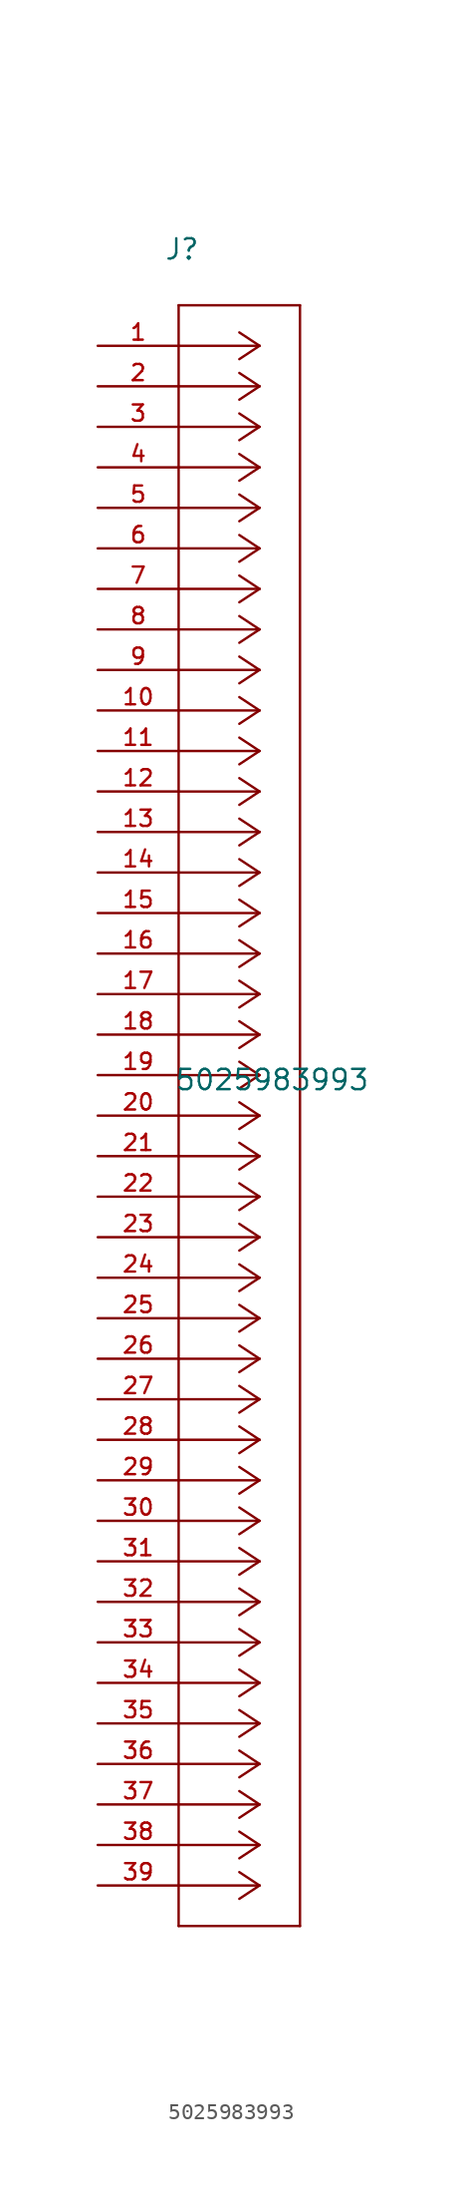
<source format=kicad_sym>
(kicad_symbol_lib
  (version 20241209)
  (generator "kicad_symbol_editor")
  (generator_version "9.0")
  (symbol "5025983993"
    (pin_names
      (offset 1.016))
    (property "Reference" "J"
      (at 4.166 5.309 0)
      (effects (font (size 1.27 1.27)) (justify left bottom)))
    (property "Value" "5025983993"
      (at 4.801 -46.761 0)
      (effects (font (size 1.27 1.27)) (justify left bottom)))
    (symbol "5025983993_0_0"
      (polyline (pts (xy 5.08 2.54) (xy 5.08 -99.06)) (stroke (width 0.152) (type default)) (fill (type none)))
      (polyline (pts (xy 5.08 -99.06) (xy 12.7 -99.06)) (stroke (width 0.152) (type default)) (fill (type none)))
      (polyline (pts (xy 10.16 0) (xy 5.08 0)) (stroke (width 0.152) (type default)) (fill (type none)))
      (polyline (pts (xy 10.16 0) (xy 8.89 0.838)) (stroke (width 0.152) (type default)) (fill (type none)))
      (polyline (pts (xy 10.16 0) (xy 8.89 -0.838)) (stroke (width 0.152) (type default)) (fill (type none)))
      (polyline (pts (xy 10.16 -2.54) (xy 5.08 -2.54)) (stroke (width 0.152) (type default)) (fill (type none)))
      (polyline (pts (xy 10.16 -2.54) (xy 8.89 -1.702)) (stroke (width 0.152) (type default)) (fill (type none)))
      (polyline (pts (xy 10.16 -2.54) (xy 8.89 -3.378)) (stroke (width 0.152) (type default)) (fill (type none)))
      (polyline (pts (xy 10.16 -5.08) (xy 5.08 -5.08)) (stroke (width 0.152) (type default)) (fill (type none)))
      (polyline (pts (xy 10.16 -5.08) (xy 8.89 -4.242)) (stroke (width 0.152) (type default)) (fill (type none)))
      (polyline (pts (xy 10.16 -5.08) (xy 8.89 -5.918)) (stroke (width 0.152) (type default)) (fill (type none)))
      (polyline (pts (xy 10.16 -7.62) (xy 5.08 -7.62)) (stroke (width 0.152) (type default)) (fill (type none)))
      (polyline (pts (xy 10.16 -7.62) (xy 8.89 -6.782)) (stroke (width 0.152) (type default)) (fill (type none)))
      (polyline (pts (xy 10.16 -7.62) (xy 8.89 -8.458)) (stroke (width 0.152) (type default)) (fill (type none)))
      (polyline (pts (xy 10.16 -10.16) (xy 5.08 -10.16)) (stroke (width 0.152) (type default)) (fill (type none)))
      (polyline (pts (xy 10.16 -10.16) (xy 8.89 -9.322)) (stroke (width 0.152) (type default)) (fill (type none)))
      (polyline (pts (xy 10.16 -10.16) (xy 8.89 -10.998)) (stroke (width 0.152) (type default)) (fill (type none)))
      (polyline (pts (xy 10.16 -12.7) (xy 5.08 -12.7)) (stroke (width 0.152) (type default)) (fill (type none)))
      (polyline (pts (xy 10.16 -12.7) (xy 8.89 -11.862)) (stroke (width 0.152) (type default)) (fill (type none)))
      (polyline (pts (xy 10.16 -12.7) (xy 8.89 -13.538)) (stroke (width 0.152) (type default)) (fill (type none)))
      (polyline (pts (xy 10.16 -15.24) (xy 5.08 -15.24)) (stroke (width 0.152) (type default)) (fill (type none)))
      (polyline (pts (xy 10.16 -15.24) (xy 8.89 -14.402)) (stroke (width 0.152) (type default)) (fill (type none)))
      (polyline (pts (xy 10.16 -15.24) (xy 8.89 -16.078)) (stroke (width 0.152) (type default)) (fill (type none)))
      (polyline (pts (xy 10.16 -17.78) (xy 5.08 -17.78)) (stroke (width 0.152) (type default)) (fill (type none)))
      (polyline (pts (xy 10.16 -17.78) (xy 8.89 -16.942)) (stroke (width 0.152) (type default)) (fill (type none)))
      (polyline (pts (xy 10.16 -17.78) (xy 8.89 -18.618)) (stroke (width 0.152) (type default)) (fill (type none)))
      (polyline (pts (xy 10.16 -20.32) (xy 5.08 -20.32)) (stroke (width 0.152) (type default)) (fill (type none)))
      (polyline (pts (xy 10.16 -20.32) (xy 8.89 -19.482)) (stroke (width 0.152) (type default)) (fill (type none)))
      (polyline (pts (xy 10.16 -20.32) (xy 8.89 -21.158)) (stroke (width 0.152) (type default)) (fill (type none)))
      (polyline (pts (xy 10.16 -22.86) (xy 5.08 -22.86)) (stroke (width 0.152) (type default)) (fill (type none)))
      (polyline (pts (xy 10.16 -22.86) (xy 8.89 -22.022)) (stroke (width 0.152) (type default)) (fill (type none)))
      (polyline (pts (xy 10.16 -22.86) (xy 8.89 -23.698)) (stroke (width 0.152) (type default)) (fill (type none)))
      (polyline (pts (xy 10.16 -25.4) (xy 5.08 -25.4)) (stroke (width 0.152) (type default)) (fill (type none)))
      (polyline (pts (xy 10.16 -25.4) (xy 8.89 -24.562)) (stroke (width 0.152) (type default)) (fill (type none)))
      (polyline (pts (xy 10.16 -25.4) (xy 8.89 -26.238)) (stroke (width 0.152) (type default)) (fill (type none)))
      (polyline (pts (xy 10.16 -27.94) (xy 5.08 -27.94)) (stroke (width 0.152) (type default)) (fill (type none)))
      (polyline (pts (xy 10.16 -27.94) (xy 8.89 -27.102)) (stroke (width 0.152) (type default)) (fill (type none)))
      (polyline (pts (xy 10.16 -27.94) (xy 8.89 -28.778)) (stroke (width 0.152) (type default)) (fill (type none)))
      (polyline (pts (xy 10.16 -30.48) (xy 5.08 -30.48)) (stroke (width 0.152) (type default)) (fill (type none)))
      (polyline (pts (xy 10.16 -30.48) (xy 8.89 -29.642)) (stroke (width 0.152) (type default)) (fill (type none)))
      (polyline (pts (xy 10.16 -30.48) (xy 8.89 -31.318)) (stroke (width 0.152) (type default)) (fill (type none)))
      (polyline (pts (xy 10.16 -33.02) (xy 5.08 -33.02)) (stroke (width 0.152) (type default)) (fill (type none)))
      (polyline (pts (xy 10.16 -33.02) (xy 8.89 -32.182)) (stroke (width 0.152) (type default)) (fill (type none)))
      (polyline (pts (xy 10.16 -33.02) (xy 8.89 -33.858)) (stroke (width 0.152) (type default)) (fill (type none)))
      (polyline (pts (xy 10.16 -35.56) (xy 5.08 -35.56)) (stroke (width 0.152) (type default)) (fill (type none)))
      (polyline (pts (xy 10.16 -35.56) (xy 8.89 -34.722)) (stroke (width 0.152) (type default)) (fill (type none)))
      (polyline (pts (xy 10.16 -35.56) (xy 8.89 -36.398)) (stroke (width 0.152) (type default)) (fill (type none)))
      (polyline (pts (xy 10.16 -38.1) (xy 5.08 -38.1)) (stroke (width 0.152) (type default)) (fill (type none)))
      (polyline (pts (xy 10.16 -38.1) (xy 8.89 -37.262)) (stroke (width 0.152) (type default)) (fill (type none)))
      (polyline (pts (xy 10.16 -38.1) (xy 8.89 -38.938)) (stroke (width 0.152) (type default)) (fill (type none)))
      (polyline (pts (xy 10.16 -40.64) (xy 5.08 -40.64)) (stroke (width 0.152) (type default)) (fill (type none)))
      (polyline (pts (xy 10.16 -40.64) (xy 8.89 -39.802)) (stroke (width 0.152) (type default)) (fill (type none)))
      (polyline (pts (xy 10.16 -40.64) (xy 8.89 -41.478)) (stroke (width 0.152) (type default)) (fill (type none)))
      (polyline (pts (xy 10.16 -43.18) (xy 5.08 -43.18)) (stroke (width 0.152) (type default)) (fill (type none)))
      (polyline (pts (xy 10.16 -43.18) (xy 8.89 -42.342)) (stroke (width 0.152) (type default)) (fill (type none)))
      (polyline (pts (xy 10.16 -43.18) (xy 8.89 -44.018)) (stroke (width 0.152) (type default)) (fill (type none)))
      (polyline (pts (xy 10.16 -45.72) (xy 5.08 -45.72)) (stroke (width 0.152) (type default)) (fill (type none)))
      (polyline (pts (xy 10.16 -45.72) (xy 8.89 -44.882)) (stroke (width 0.152) (type default)) (fill (type none)))
      (polyline (pts (xy 10.16 -45.72) (xy 8.89 -46.558)) (stroke (width 0.152) (type default)) (fill (type none)))
      (polyline (pts (xy 10.16 -48.26) (xy 5.08 -48.26)) (stroke (width 0.152) (type default)) (fill (type none)))
      (polyline (pts (xy 10.16 -48.26) (xy 8.89 -47.422)) (stroke (width 0.152) (type default)) (fill (type none)))
      (polyline (pts (xy 10.16 -48.26) (xy 8.89 -49.098)) (stroke (width 0.152) (type default)) (fill (type none)))
      (polyline (pts (xy 10.16 -50.8) (xy 5.08 -50.8)) (stroke (width 0.152) (type default)) (fill (type none)))
      (polyline (pts (xy 10.16 -50.8) (xy 8.89 -49.962)) (stroke (width 0.152) (type default)) (fill (type none)))
      (polyline (pts (xy 10.16 -50.8) (xy 8.89 -51.638)) (stroke (width 0.152) (type default)) (fill (type none)))
      (polyline (pts (xy 10.16 -53.34) (xy 5.08 -53.34)) (stroke (width 0.152) (type default)) (fill (type none)))
      (polyline (pts (xy 10.16 -53.34) (xy 8.89 -52.502)) (stroke (width 0.152) (type default)) (fill (type none)))
      (polyline (pts (xy 10.16 -53.34) (xy 8.89 -54.178)) (stroke (width 0.152) (type default)) (fill (type none)))
      (polyline (pts (xy 10.16 -55.88) (xy 5.08 -55.88)) (stroke (width 0.152) (type default)) (fill (type none)))
      (polyline (pts (xy 10.16 -55.88) (xy 8.89 -55.042)) (stroke (width 0.152) (type default)) (fill (type none)))
      (polyline (pts (xy 10.16 -55.88) (xy 8.89 -56.718)) (stroke (width 0.152) (type default)) (fill (type none)))
      (polyline (pts (xy 10.16 -58.42) (xy 5.08 -58.42)) (stroke (width 0.152) (type default)) (fill (type none)))
      (polyline (pts (xy 10.16 -58.42) (xy 8.89 -57.582)) (stroke (width 0.152) (type default)) (fill (type none)))
      (polyline (pts (xy 10.16 -58.42) (xy 8.89 -59.258)) (stroke (width 0.152) (type default)) (fill (type none)))
      (polyline (pts (xy 10.16 -60.96) (xy 5.08 -60.96)) (stroke (width 0.152) (type default)) (fill (type none)))
      (polyline (pts (xy 10.16 -60.96) (xy 8.89 -60.122)) (stroke (width 0.152) (type default)) (fill (type none)))
      (polyline (pts (xy 10.16 -60.96) (xy 8.89 -61.798)) (stroke (width 0.152) (type default)) (fill (type none)))
      (polyline (pts (xy 10.16 -63.5) (xy 5.08 -63.5)) (stroke (width 0.152) (type default)) (fill (type none)))
      (polyline (pts (xy 10.16 -63.5) (xy 8.89 -62.662)) (stroke (width 0.152) (type default)) (fill (type none)))
      (polyline (pts (xy 10.16 -63.5) (xy 8.89 -64.338)) (stroke (width 0.152) (type default)) (fill (type none)))
      (polyline (pts (xy 10.16 -66.04) (xy 5.08 -66.04)) (stroke (width 0.152) (type default)) (fill (type none)))
      (polyline (pts (xy 10.16 -66.04) (xy 8.89 -65.202)) (stroke (width 0.152) (type default)) (fill (type none)))
      (polyline (pts (xy 10.16 -66.04) (xy 8.89 -66.878)) (stroke (width 0.152) (type default)) (fill (type none)))
      (polyline (pts (xy 10.16 -68.58) (xy 5.08 -68.58)) (stroke (width 0.152) (type default)) (fill (type none)))
      (polyline (pts (xy 10.16 -68.58) (xy 8.89 -67.742)) (stroke (width 0.152) (type default)) (fill (type none)))
      (polyline (pts (xy 10.16 -68.58) (xy 8.89 -69.418)) (stroke (width 0.152) (type default)) (fill (type none)))
      (polyline (pts (xy 10.16 -71.12) (xy 5.08 -71.12)) (stroke (width 0.152) (type default)) (fill (type none)))
      (polyline (pts (xy 10.16 -71.12) (xy 8.89 -70.282)) (stroke (width 0.152) (type default)) (fill (type none)))
      (polyline (pts (xy 10.16 -71.12) (xy 8.89 -71.958)) (stroke (width 0.152) (type default)) (fill (type none)))
      (polyline (pts (xy 10.16 -73.66) (xy 5.08 -73.66)) (stroke (width 0.152) (type default)) (fill (type none)))
      (polyline (pts (xy 10.16 -73.66) (xy 8.89 -72.822)) (stroke (width 0.152) (type default)) (fill (type none)))
      (polyline (pts (xy 10.16 -73.66) (xy 8.89 -74.498)) (stroke (width 0.152) (type default)) (fill (type none)))
      (polyline (pts (xy 10.16 -76.2) (xy 5.08 -76.2)) (stroke (width 0.152) (type default)) (fill (type none)))
      (polyline (pts (xy 10.16 -76.2) (xy 8.89 -75.362)) (stroke (width 0.152) (type default)) (fill (type none)))
      (polyline (pts (xy 10.16 -76.2) (xy 8.89 -77.038)) (stroke (width 0.152) (type default)) (fill (type none)))
      (polyline (pts (xy 10.16 -78.74) (xy 5.08 -78.74)) (stroke (width 0.152) (type default)) (fill (type none)))
      (polyline (pts (xy 10.16 -78.74) (xy 8.89 -77.902)) (stroke (width 0.152) (type default)) (fill (type none)))
      (polyline (pts (xy 10.16 -78.74) (xy 8.89 -79.578)) (stroke (width 0.152) (type default)) (fill (type none)))
      (polyline (pts (xy 10.16 -81.28) (xy 5.08 -81.28)) (stroke (width 0.152) (type default)) (fill (type none)))
      (polyline (pts (xy 10.16 -81.28) (xy 8.89 -80.442)) (stroke (width 0.152) (type default)) (fill (type none)))
      (polyline (pts (xy 10.16 -81.28) (xy 8.89 -82.118)) (stroke (width 0.152) (type default)) (fill (type none)))
      (polyline (pts (xy 10.16 -83.82) (xy 5.08 -83.82)) (stroke (width 0.152) (type default)) (fill (type none)))
      (polyline (pts (xy 10.16 -83.82) (xy 8.89 -82.982)) (stroke (width 0.152) (type default)) (fill (type none)))
      (polyline (pts (xy 10.16 -83.82) (xy 8.89 -84.658)) (stroke (width 0.152) (type default)) (fill (type none)))
      (polyline (pts (xy 10.16 -86.36) (xy 5.08 -86.36)) (stroke (width 0.152) (type default)) (fill (type none)))
      (polyline (pts (xy 10.16 -86.36) (xy 8.89 -85.522)) (stroke (width 0.152) (type default)) (fill (type none)))
      (polyline (pts (xy 10.16 -86.36) (xy 8.89 -87.198)) (stroke (width 0.152) (type default)) (fill (type none)))
      (polyline (pts (xy 10.16 -88.9) (xy 5.08 -88.9)) (stroke (width 0.152) (type default)) (fill (type none)))
      (polyline (pts (xy 10.16 -88.9) (xy 8.89 -88.062)) (stroke (width 0.152) (type default)) (fill (type none)))
      (polyline (pts (xy 10.16 -88.9) (xy 8.89 -89.738)) (stroke (width 0.152) (type default)) (fill (type none)))
      (polyline (pts (xy 10.16 -91.44) (xy 5.08 -91.44)) (stroke (width 0.152) (type default)) (fill (type none)))
      (polyline (pts (xy 10.16 -91.44) (xy 8.89 -90.602)) (stroke (width 0.152) (type default)) (fill (type none)))
      (polyline (pts (xy 10.16 -91.44) (xy 8.89 -92.278)) (stroke (width 0.152) (type default)) (fill (type none)))
      (polyline (pts (xy 10.16 -93.98) (xy 5.08 -93.98)) (stroke (width 0.152) (type default)) (fill (type none)))
      (polyline (pts (xy 10.16 -93.98) (xy 8.89 -93.142)) (stroke (width 0.152) (type default)) (fill (type none)))
      (polyline (pts (xy 10.16 -93.98) (xy 8.89 -94.818)) (stroke (width 0.152) (type default)) (fill (type none)))
      (polyline (pts (xy 10.16 -96.52) (xy 5.08 -96.52)) (stroke (width 0.152) (type default)) (fill (type none)))
      (polyline (pts (xy 10.16 -96.52) (xy 8.89 -95.682)) (stroke (width 0.152) (type default)) (fill (type none)))
      (polyline (pts (xy 10.16 -96.52) (xy 8.89 -97.358)) (stroke (width 0.152) (type default)) (fill (type none)))
      (polyline (pts (xy 12.7 2.54) (xy 5.08 2.54)) (stroke (width 0.152) (type default)) (fill (type none)))
      (polyline (pts (xy 12.7 -99.06) (xy 12.7 2.54)) (stroke (width 0.152) (type default)) (fill (type none)))
      (pin passive line (at 0 0 0) (length 5.08) (name "~" (effects (font (size 1.016 1.016)))) (number "1" (effects (font (size 1.016 1.016)))))
      (pin passive line (at 0 -2.54 0) (length 5.08) (name "~" (effects (font (size 1.016 1.016)))) (number "2" (effects (font (size 1.016 1.016)))))
      (pin passive line (at 0 -5.08 0) (length 5.08) (name "~" (effects (font (size 1.016 1.016)))) (number "3" (effects (font (size 1.016 1.016)))))
      (pin passive line (at 0 -7.62 0) (length 5.08) (name "~" (effects (font (size 1.016 1.016)))) (number "4" (effects (font (size 1.016 1.016)))))
      (pin passive line (at 0 -10.16 0) (length 5.08) (name "~" (effects (font (size 1.016 1.016)))) (number "5" (effects (font (size 1.016 1.016)))))
      (pin passive line (at 0 -12.7 0) (length 5.08) (name "~" (effects (font (size 1.016 1.016)))) (number "6" (effects (font (size 1.016 1.016)))))
      (pin passive line (at 0 -15.24 0) (length 5.08) (name "~" (effects (font (size 1.016 1.016)))) (number "7" (effects (font (size 1.016 1.016)))))
      (pin passive line (at 0 -17.78 0) (length 5.08) (name "~" (effects (font (size 1.016 1.016)))) (number "8" (effects (font (size 1.016 1.016)))))
      (pin passive line (at 0 -20.32 0) (length 5.08) (name "~" (effects (font (size 1.016 1.016)))) (number "9" (effects (font (size 1.016 1.016)))))
      (pin passive line (at 0 -22.86 0) (length 5.08) (name "~" (effects (font (size 1.016 1.016)))) (number "10" (effects (font (size 1.016 1.016)))))
      (pin passive line (at 0 -25.4 0) (length 5.08) (name "~" (effects (font (size 1.016 1.016)))) (number "11" (effects (font (size 1.016 1.016)))))
      (pin passive line (at 0 -27.94 0) (length 5.08) (name "~" (effects (font (size 1.016 1.016)))) (number "12" (effects (font (size 1.016 1.016)))))
      (pin passive line (at 0 -30.48 0) (length 5.08) (name "~" (effects (font (size 1.016 1.016)))) (number "13" (effects (font (size 1.016 1.016)))))
      (pin passive line (at 0 -33.02 0) (length 5.08) (name "~" (effects (font (size 1.016 1.016)))) (number "14" (effects (font (size 1.016 1.016)))))
      (pin passive line (at 0 -35.56 0) (length 5.08) (name "~" (effects (font (size 1.016 1.016)))) (number "15" (effects (font (size 1.016 1.016)))))
      (pin passive line (at 0 -38.1 0) (length 5.08) (name "~" (effects (font (size 1.016 1.016)))) (number "16" (effects (font (size 1.016 1.016)))))
      (pin passive line (at 0 -40.64 0) (length 5.08) (name "~" (effects (font (size 1.016 1.016)))) (number "17" (effects (font (size 1.016 1.016)))))
      (pin passive line (at 0 -43.18 0) (length 5.08) (name "~" (effects (font (size 1.016 1.016)))) (number "18" (effects (font (size 1.016 1.016)))))
      (pin passive line (at 0 -45.72 0) (length 5.08) (name "~" (effects (font (size 1.016 1.016)))) (number "19" (effects (font (size 1.016 1.016)))))
      (pin passive line (at 0 -48.26 0) (length 5.08) (name "~" (effects (font (size 1.016 1.016)))) (number "20" (effects (font (size 1.016 1.016)))))
      (pin passive line (at 0 -50.8 0) (length 5.08) (name "~" (effects (font (size 1.016 1.016)))) (number "21" (effects (font (size 1.016 1.016)))))
      (pin passive line (at 0 -53.34 0) (length 5.08) (name "~" (effects (font (size 1.016 1.016)))) (number "22" (effects (font (size 1.016 1.016)))))
      (pin passive line (at 0 -55.88 0) (length 5.08) (name "~" (effects (font (size 1.016 1.016)))) (number "23" (effects (font (size 1.016 1.016)))))
      (pin passive line (at 0 -58.42 0) (length 5.08) (name "~" (effects (font (size 1.016 1.016)))) (number "24" (effects (font (size 1.016 1.016)))))
      (pin passive line (at 0 -60.96 0) (length 5.08) (name "~" (effects (font (size 1.016 1.016)))) (number "25" (effects (font (size 1.016 1.016)))))
      (pin passive line (at 0 -63.5 0) (length 5.08) (name "~" (effects (font (size 1.016 1.016)))) (number "26" (effects (font (size 1.016 1.016)))))
      (pin passive line (at 0 -66.04 0) (length 5.08) (name "~" (effects (font (size 1.016 1.016)))) (number "27" (effects (font (size 1.016 1.016)))))
      (pin passive line (at 0 -68.58 0) (length 5.08) (name "~" (effects (font (size 1.016 1.016)))) (number "28" (effects (font (size 1.016 1.016)))))
      (pin passive line (at 0 -71.12 0) (length 5.08) (name "~" (effects (font (size 1.016 1.016)))) (number "29" (effects (font (size 1.016 1.016)))))
      (pin passive line (at 0 -73.66 0) (length 5.08) (name "~" (effects (font (size 1.016 1.016)))) (number "30" (effects (font (size 1.016 1.016)))))
      (pin passive line (at 0 -76.2 0) (length 5.08) (name "~" (effects (font (size 1.016 1.016)))) (number "31" (effects (font (size 1.016 1.016)))))
      (pin passive line (at 0 -78.74 0) (length 5.08) (name "~" (effects (font (size 1.016 1.016)))) (number "32" (effects (font (size 1.016 1.016)))))
      (pin passive line (at 0 -81.28 0) (length 5.08) (name "~" (effects (font (size 1.016 1.016)))) (number "33" (effects (font (size 1.016 1.016)))))
      (pin passive line (at 0 -83.82 0) (length 5.08) (name "~" (effects (font (size 1.016 1.016)))) (number "34" (effects (font (size 1.016 1.016)))))
      (pin passive line (at 0 -86.36 0) (length 5.08) (name "~" (effects (font (size 1.016 1.016)))) (number "35" (effects (font (size 1.016 1.016)))))
      (pin passive line (at 0 -88.9 0) (length 5.08) (name "~" (effects (font (size 1.016 1.016)))) (number "36" (effects (font (size 1.016 1.016)))))
      (pin passive line (at 0 -93.98 0) (length 5.08) (name "~" (effects (font (size 1.016 1.016)))) (number "38" (effects (font (size 1.016 1.016)))))
      (pin passive line (at 0 -96.52 0) (length 5.08) (name "~" (effects (font (size 1.016 1.016)))) (number "39" (effects (font (size 1.016 1.016))))))
    (symbol "5025983993_1_0"
      (pin passive line (at 0 -91.44 0) (length 5.08) (name "~" (effects (font (size 1.016 1.016)))) (number "37" (effects (font (size 1.016 1.016))))))))
</source>
